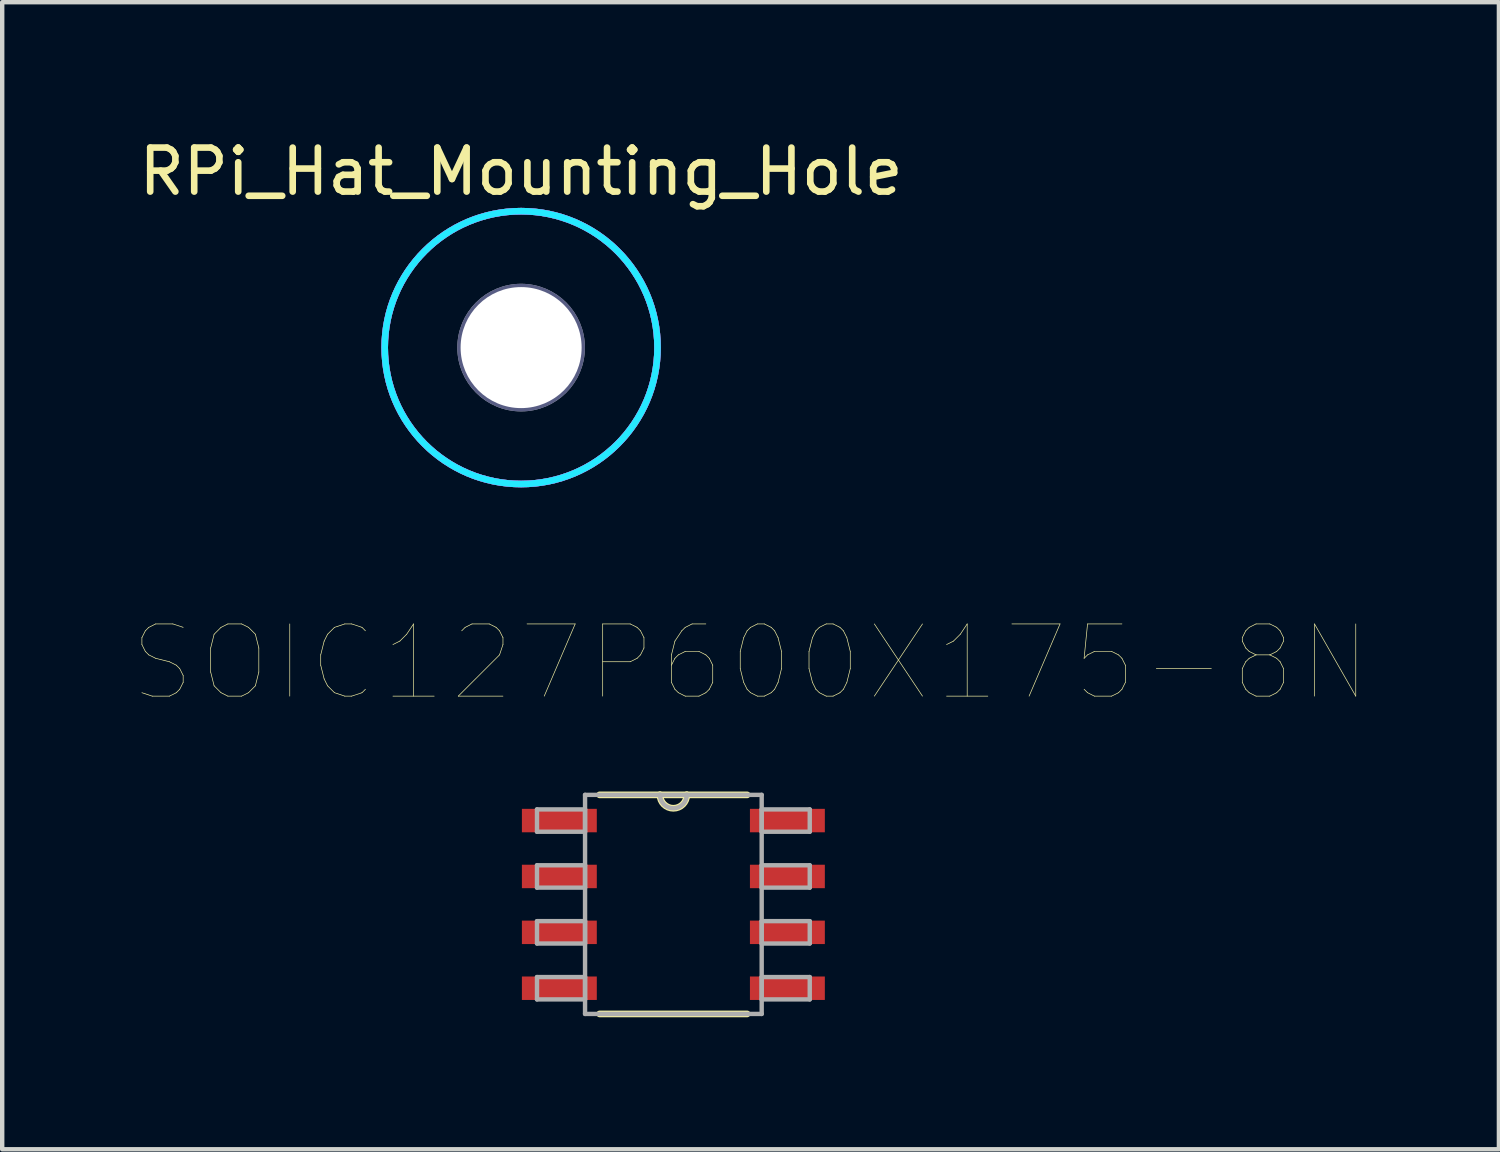
<source format=kicad_pcb>
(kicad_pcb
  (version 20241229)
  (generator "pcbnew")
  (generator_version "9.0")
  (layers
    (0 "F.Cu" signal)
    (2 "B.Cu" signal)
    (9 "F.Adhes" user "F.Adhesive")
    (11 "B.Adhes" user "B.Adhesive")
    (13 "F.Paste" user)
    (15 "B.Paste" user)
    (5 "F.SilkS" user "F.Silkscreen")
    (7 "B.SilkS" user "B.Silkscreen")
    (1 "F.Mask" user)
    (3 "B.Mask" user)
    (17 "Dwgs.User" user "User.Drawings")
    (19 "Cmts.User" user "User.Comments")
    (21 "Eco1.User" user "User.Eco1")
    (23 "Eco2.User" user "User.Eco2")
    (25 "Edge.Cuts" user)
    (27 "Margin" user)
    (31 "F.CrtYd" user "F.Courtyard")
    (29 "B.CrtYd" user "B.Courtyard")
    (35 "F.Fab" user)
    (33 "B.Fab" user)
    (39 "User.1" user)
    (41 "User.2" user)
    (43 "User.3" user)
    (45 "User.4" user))
  (footprint "SOIC127P600X175-8N"
    (layer "F.Cu")
    (at 12.252 17.502)
    (property "Reference" "SOIC127P600X175-8N" (at 1.754 -5.491 0) (layer "F.SilkS") (effects (font (size 1.641 1.641) (thickness 0.015))))
    (attr through_hole)
    (fp_line (start -1.676 2.489) (end 1.676 2.489) (stroke (width 0.152) (type solid)) (layer "F.SilkS"))
    (fp_line (start -0.305 -2.489) (end -1.676 -2.489) (stroke (width 0.152) (type solid)) (layer "F.SilkS"))
    (fp_line (start 0.305 -2.489) (end -0.305 -2.489) (stroke (width 0.152) (type solid)) (layer "F.SilkS"))
    (fp_line (start 1.676 -2.489) (end 0.305 -2.489) (stroke (width 0.152) (type solid)) (layer "F.SilkS"))
    (fp_arc (start 0.3048 -2.4892) (mid 0 -2.1844) (end -0.3048 -2.4892) (stroke (width 0.1524) (type solid)) (layer "F.SilkS"))
    (fp_line (start -3.099 -2.159) (end -3.099 -1.651) (stroke (width 0.1) (type solid)) (layer "F.Fab"))
    (fp_line (start -3.099 -1.651) (end -2.007 -1.651) (stroke (width 0.1) (type solid)) (layer "F.Fab"))
    (fp_line (start -3.099 -0.889) (end -3.099 -0.381) (stroke (width 0.1) (type solid)) (layer "F.Fab"))
    (fp_line (start -3.099 -0.381) (end -2.007 -0.381) (stroke (width 0.1) (type solid)) (layer "F.Fab"))
    (fp_line (start -3.099 0.381) (end -3.099 0.889) (stroke (width 0.1) (type solid)) (layer "F.Fab"))
    (fp_line (start -3.099 0.889) (end -2.007 0.889) (stroke (width 0.1) (type solid)) (layer "F.Fab"))
    (fp_line (start -3.099 1.651) (end -3.099 2.159) (stroke (width 0.1) (type solid)) (layer "F.Fab"))
    (fp_line (start -3.099 2.159) (end -2.007 2.159) (stroke (width 0.1) (type solid)) (layer "F.Fab"))
    (fp_line (start -2.007 -2.489) (end -2.007 2.489) (stroke (width 0.1) (type solid)) (layer "F.Fab"))
    (fp_line (start -2.007 -2.159) (end -3.099 -2.159) (stroke (width 0.1) (type solid)) (layer "F.Fab"))
    (fp_line (start -2.007 -1.651) (end -2.007 -2.159) (stroke (width 0.1) (type solid)) (layer "F.Fab"))
    (fp_line (start -2.007 -0.889) (end -3.099 -0.889) (stroke (width 0.1) (type solid)) (layer "F.Fab"))
    (fp_line (start -2.007 -0.381) (end -2.007 -0.889) (stroke (width 0.1) (type solid)) (layer "F.Fab"))
    (fp_line (start -2.007 0.381) (end -3.099 0.381) (stroke (width 0.1) (type solid)) (layer "F.Fab"))
    (fp_line (start -2.007 0.889) (end -2.007 0.381) (stroke (width 0.1) (type solid)) (layer "F.Fab"))
    (fp_line (start -2.007 1.651) (end -3.099 1.651) (stroke (width 0.1) (type solid)) (layer "F.Fab"))
    (fp_line (start -2.007 2.159) (end -2.007 1.651) (stroke (width 0.1) (type solid)) (layer "F.Fab"))
    (fp_line (start -2.007 2.489) (end 2.007 2.489) (stroke (width 0.1) (type solid)) (layer "F.Fab"))
    (fp_line (start -0.305 -2.489) (end -2.007 -2.489) (stroke (width 0.1) (type solid)) (layer "F.Fab"))
    (fp_line (start 0.305 -2.489) (end -0.305 -2.489) (stroke (width 0.1) (type solid)) (layer "F.Fab"))
    (fp_line (start 2.007 -2.489) (end 0.305 -2.489) (stroke (width 0.1) (type solid)) (layer "F.Fab"))
    (fp_line (start 2.007 -2.159) (end 2.007 -1.651) (stroke (width 0.1) (type solid)) (layer "F.Fab"))
    (fp_line (start 2.007 -1.651) (end 3.099 -1.651) (stroke (width 0.1) (type solid)) (layer "F.Fab"))
    (fp_line (start 2.007 -0.889) (end 2.007 -0.381) (stroke (width 0.1) (type solid)) (layer "F.Fab"))
    (fp_line (start 2.007 -0.381) (end 3.099 -0.381) (stroke (width 0.1) (type solid)) (layer "F.Fab"))
    (fp_line (start 2.007 0.381) (end 2.007 0.889) (stroke (width 0.1) (type solid)) (layer "F.Fab"))
    (fp_line (start 2.007 0.889) (end 3.099 0.889) (stroke (width 0.1) (type solid)) (layer "F.Fab"))
    (fp_line (start 2.007 1.651) (end 2.007 2.159) (stroke (width 0.1) (type solid)) (layer "F.Fab"))
    (fp_line (start 2.007 2.159) (end 3.099 2.159) (stroke (width 0.1) (type solid)) (layer "F.Fab"))
    (fp_line (start 2.007 2.489) (end 2.007 -2.489) (stroke (width 0.1) (type solid)) (layer "F.Fab"))
    (fp_line (start 3.099 -2.159) (end 2.007 -2.159) (stroke (width 0.1) (type solid)) (layer "F.Fab"))
    (fp_line (start 3.099 -1.651) (end 3.099 -2.159) (stroke (width 0.1) (type solid)) (layer "F.Fab"))
    (fp_line (start 3.099 -0.889) (end 2.007 -0.889) (stroke (width 0.1) (type solid)) (layer "F.Fab"))
    (fp_line (start 3.099 -0.381) (end 3.099 -0.889) (stroke (width 0.1) (type solid)) (layer "F.Fab"))
    (fp_line (start 3.099 0.381) (end 2.007 0.381) (stroke (width 0.1) (type solid)) (layer "F.Fab"))
    (fp_line (start 3.099 0.889) (end 3.099 0.381) (stroke (width 0.1) (type solid)) (layer "F.Fab"))
    (fp_line (start 3.099 1.651) (end 2.007 1.651) (stroke (width 0.1) (type solid)) (layer "F.Fab"))
    (fp_line (start 3.099 2.159) (end 3.099 1.651) (stroke (width 0.1) (type solid)) (layer "F.Fab"))
    (fp_arc (start 0.3048 -2.4892) (mid 0 -2.1844) (end -0.3048 -2.4892) (stroke (width 0.1) (type solid)) (layer "F.Fab"))
    (pad "1" smd rect (at -2.591 -1.905) (size 1.702 0.533) (layers "F.Cu" "F.Mask" "F.Paste"))
    (pad "2" smd rect (at -2.591 -0.635) (size 1.702 0.533) (layers "F.Cu" "F.Mask" "F.Paste"))
    (pad "3" smd rect (at -2.591 0.635) (size 1.702 0.533) (layers "F.Cu" "F.Mask" "F.Paste"))
    (pad "4" smd rect (at -2.591 1.905) (size 1.702 0.533) (layers "F.Cu" "F.Mask" "F.Paste"))
    (pad "5" smd rect (at 2.591 1.905) (size 1.702 0.533) (layers "F.Cu" "F.Mask" "F.Paste"))
    (pad "6" smd rect (at 2.591 0.635) (size 1.702 0.533) (layers "F.Cu" "F.Mask" "F.Paste"))
    (pad "7" smd rect (at 2.591 -0.635) (size 1.702 0.533) (layers "F.Cu" "F.Mask" "F.Paste"))
    (pad "8" smd rect (at 2.591 -1.905) (size 1.702 0.533) (layers "F.Cu" "F.Mask" "F.Paste")))
  (footprint "RPi_Hat_Mounting_Hole"
    (layer "F.Cu")
    (at 8.792 4.849)
    (property "Reference" "RPi_Hat_Mounting_Hole" (at 0 -4 0) (layer "F.SilkS") (effects (font (size 1 1) (thickness 0.15))))
    (attr through_hole)
    (fp_circle (center 0 0) (end 3.1 0) (stroke (width 0.15) (type solid)) (fill no) (layer "B.CrtYd"))
    (fp_circle (center 0 0) (end 3.1 0) (stroke (width 0.15) (type solid)) (fill no) (layer "F.CrtYd"))
    (fp_circle (center 0 0) (end 1.375 0) (stroke (width 0.15) (type solid)) (fill no) (layer "B.Fab"))
    (fp_circle (center 0 0) (end 3.1 0) (stroke (width 0.15) (type solid)) (fill no) (layer "B.Fab"))
    (fp_circle (center 0 0) (end 1.375 0) (stroke (width 0.15) (type solid)) (fill no) (layer "F.Fab"))
    (fp_circle (center 0 0) (end 3.1 0) (stroke (width 0.15) (type solid)) (fill no) (layer "F.Fab"))
    (pad "" np_thru_hole circle (at 0 0) (size 2.75 2.75) (drill 2.75) (layers "*.Cu" "*.Mask")))
  (gr_rect
    (start -3 -3)
    (end 31.012 23.067)
    (stroke (width 0.1) (type default))
    (fill no)
    (layer "Edge.Cuts")))
</source>
